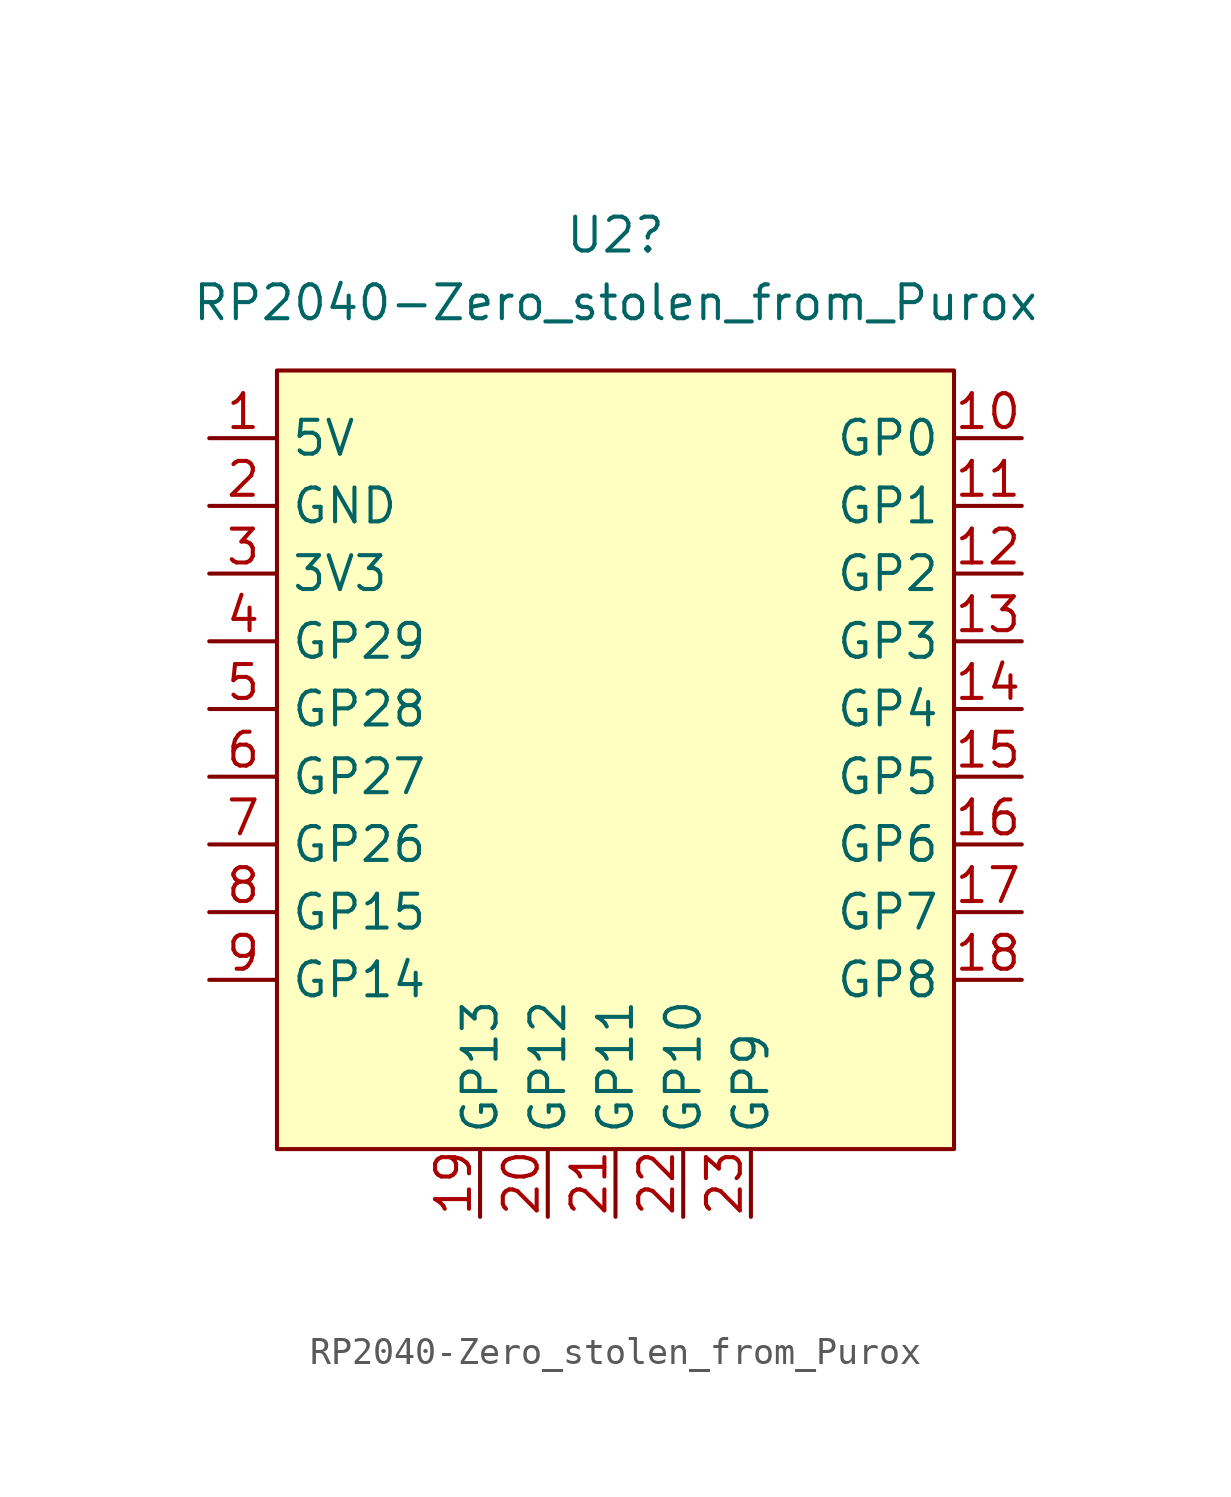
<source format=kicad_sym>
(kicad_symbol_lib
  (version 20231120)
  (generator "kicad_symbol_editor")
  (generator_version "8.0")
  (symbol "RP2040-Zero_stolen_from_Purox"
    (property "Reference" "U2"
      (at 0 12.7 0)
      (effects (font (size 1.27 1.27))))
    (property "Value" "RP2040-Zero_stolen_from_Purox"
      (at 0 10.16 0)
      (effects (font (size 1.27 1.27))))
    (symbol "RP2040-Zero_stolen_from_Purox_0_1"
      (rectangle (start -12.7 7.62) (end 12.7 -21.59) (stroke (width 0) (type default)) (fill (type background))))
    (symbol "RP2040-Zero_stolen_from_Purox_1_1"
      (pin power_in line (at -15.24 5.08 0) (length 2.54) (name "5V" (effects (font (size 1.27 1.27)))) (number "1" (effects (font (size 1.27 1.27)))))
      (pin bidirectional line (at 15.24 5.08 180) (length 2.54) (name "GP0" (effects (font (size 1.27 1.27)))) (number "10" (effects (font (size 1.27 1.27)))))
      (pin bidirectional line (at 15.24 2.54 180) (length 2.54) (name "GP1" (effects (font (size 1.27 1.27)))) (number "11" (effects (font (size 1.27 1.27)))))
      (pin bidirectional line (at 15.24 0 180) (length 2.54) (name "GP2" (effects (font (size 1.27 1.27)))) (number "12" (effects (font (size 1.27 1.27)))))
      (pin bidirectional line (at 15.24 -2.54 180) (length 2.54) (name "GP3" (effects (font (size 1.27 1.27)))) (number "13" (effects (font (size 1.27 1.27)))))
      (pin bidirectional line (at 15.24 -5.08 180) (length 2.54) (name "GP4" (effects (font (size 1.27 1.27)))) (number "14" (effects (font (size 1.27 1.27)))))
      (pin bidirectional line (at 15.24 -7.62 180) (length 2.54) (name "GP5" (effects (font (size 1.27 1.27)))) (number "15" (effects (font (size 1.27 1.27)))))
      (pin bidirectional line (at 15.24 -10.16 180) (length 2.54) (name "GP6" (effects (font (size 1.27 1.27)))) (number "16" (effects (font (size 1.27 1.27)))))
      (pin bidirectional line (at 15.24 -12.7 180) (length 2.54) (name "GP7" (effects (font (size 1.27 1.27)))) (number "17" (effects (font (size 1.27 1.27)))))
      (pin bidirectional line (at 15.24 -15.24 180) (length 2.54) (name "GP8" (effects (font (size 1.27 1.27)))) (number "18" (effects (font (size 1.27 1.27)))))
      (pin bidirectional line (at -5.08 -24.13 90) (length 2.54) (name "GP13" (effects (font (size 1.27 1.27)))) (number "19" (effects (font (size 1.27 1.27)))))
      (pin power_in line (at -15.24 2.54 0) (length 2.54) (name "GND" (effects (font (size 1.27 1.27)))) (number "2" (effects (font (size 1.27 1.27)))))
      (pin bidirectional line (at -2.54 -24.13 90) (length 2.54) (name "GP12" (effects (font (size 1.27 1.27)))) (number "20" (effects (font (size 1.27 1.27)))))
      (pin bidirectional line (at 0 -24.13 90) (length 2.54) (name "GP11" (effects (font (size 1.27 1.27)))) (number "21" (effects (font (size 1.27 1.27)))))
      (pin bidirectional line (at 2.54 -24.13 90) (length 2.54) (name "GP10" (effects (font (size 1.27 1.27)))) (number "22" (effects (font (size 1.27 1.27)))))
      (pin bidirectional line (at 5.08 -24.13 90) (length 2.54) (name "GP9" (effects (font (size 1.27 1.27)))) (number "23" (effects (font (size 1.27 1.27)))))
      (pin power_in line (at -15.24 0 0) (length 2.54) (name "3V3" (effects (font (size 1.27 1.27)))) (number "3" (effects (font (size 1.27 1.27)))))
      (pin bidirectional line (at -15.24 -2.54 0) (length 2.54) (name "GP29" (effects (font (size 1.27 1.27)))) (number "4" (effects (font (size 1.27 1.27)))))
      (pin bidirectional line (at -15.24 -5.08 0) (length 2.54) (name "GP28" (effects (font (size 1.27 1.27)))) (number "5" (effects (font (size 1.27 1.27)))))
      (pin bidirectional line (at -15.24 -7.62 0) (length 2.54) (name "GP27" (effects (font (size 1.27 1.27)))) (number "6" (effects (font (size 1.27 1.27)))))
      (pin bidirectional line (at -15.24 -10.16 0) (length 2.54) (name "GP26" (effects (font (size 1.27 1.27)))) (number "7" (effects (font (size 1.27 1.27)))))
      (pin bidirectional line (at -15.24 -12.7 0) (length 2.54) (name "GP15" (effects (font (size 1.27 1.27)))) (number "8" (effects (font (size 1.27 1.27)))))
      (pin bidirectional line (at -15.24 -15.24 0) (length 2.54) (name "GP14" (effects (font (size 1.27 1.27)))) (number "9" (effects (font (size 1.27 1.27))))))))
</source>
